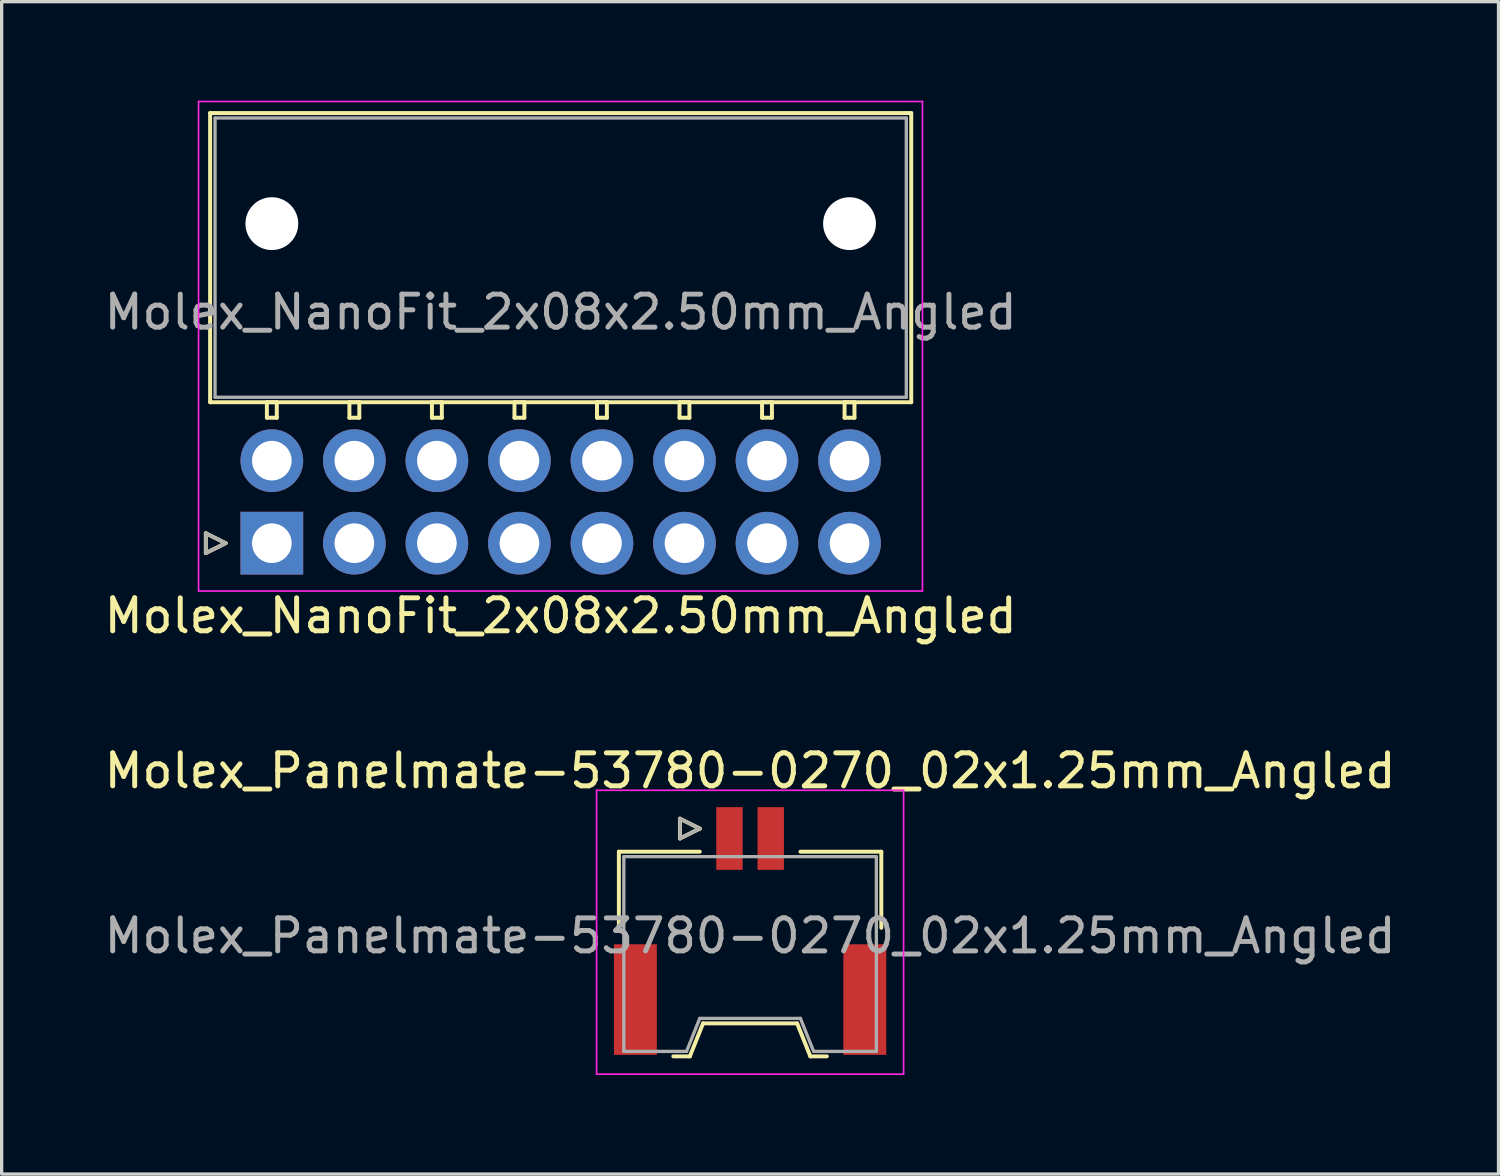
<source format=kicad_pcb>
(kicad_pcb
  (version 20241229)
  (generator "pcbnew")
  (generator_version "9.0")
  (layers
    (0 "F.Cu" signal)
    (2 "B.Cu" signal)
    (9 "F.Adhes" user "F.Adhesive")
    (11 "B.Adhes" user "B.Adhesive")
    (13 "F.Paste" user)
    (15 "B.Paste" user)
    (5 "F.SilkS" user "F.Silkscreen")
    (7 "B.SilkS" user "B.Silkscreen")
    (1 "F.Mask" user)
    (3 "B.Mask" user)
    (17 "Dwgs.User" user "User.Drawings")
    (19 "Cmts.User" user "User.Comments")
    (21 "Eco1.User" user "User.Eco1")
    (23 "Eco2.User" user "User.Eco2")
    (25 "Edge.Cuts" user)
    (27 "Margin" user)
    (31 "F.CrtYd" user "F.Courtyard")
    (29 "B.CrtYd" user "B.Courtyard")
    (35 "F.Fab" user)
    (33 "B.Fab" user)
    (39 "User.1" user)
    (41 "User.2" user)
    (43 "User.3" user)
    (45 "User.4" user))
  (footprint "Molex_Panelmate-53780-0270_02x1.25mm_Angled"
    (layer "F.Cu")
    (at 19.673 24.791)
    (property "Reference" "Molex_Panelmate-53780-0270_02x1.25mm_Angled" (at 0 -4.49 0) (layer "F.SilkS") (effects (font (size 1 1) (thickness 0.15))))
    (attr smd)
    (fp_line (start -3.975 -2.04) (end -3.975 0.265) (stroke (width 0.12) (type solid)) (layer "F.SilkS"))
    (fp_line (start -2.325 4.16) (end -1.825 4.16) (stroke (width 0.12) (type solid)) (layer "F.SilkS"))
    (fp_line (start -2.125 -3.04) (end -2.125 -2.44) (stroke (width 0.12) (type solid)) (layer "F.SilkS"))
    (fp_line (start -2.125 -2.44) (end -1.525 -2.74) (stroke (width 0.12) (type solid)) (layer "F.SilkS"))
    (fp_line (start -1.825 4.16) (end -1.425 3.16) (stroke (width 0.12) (type solid)) (layer "F.SilkS"))
    (fp_line (start -1.525 -2.74) (end -2.125 -3.04) (stroke (width 0.12) (type solid)) (layer "F.SilkS"))
    (fp_line (start -1.525 -2.04) (end -3.975 -2.04) (stroke (width 0.12) (type solid)) (layer "F.SilkS"))
    (fp_line (start -1.425 3.16) (end 1.425 3.16) (stroke (width 0.12) (type solid)) (layer "F.SilkS"))
    (fp_line (start 1.425 3.16) (end 1.825 4.16) (stroke (width 0.12) (type solid)) (layer "F.SilkS"))
    (fp_line (start 1.525 -2.04) (end 3.975 -2.04) (stroke (width 0.12) (type solid)) (layer "F.SilkS"))
    (fp_line (start 1.825 4.16) (end 2.325 4.16) (stroke (width 0.12) (type solid)) (layer "F.SilkS"))
    (fp_line (start 3.975 -2.04) (end 3.975 0.265) (stroke (width 0.12) (type solid)) (layer "F.SilkS"))
    (fp_line (start -4.65 -3.9) (end -4.65 4.7) (stroke (width 0.05) (type solid)) (layer "F.CrtYd"))
    (fp_line (start -4.65 4.7) (end 4.65 4.7) (stroke (width 0.05) (type solid)) (layer "F.CrtYd"))
    (fp_line (start 4.65 -3.9) (end -4.65 -3.9) (stroke (width 0.05) (type solid)) (layer "F.CrtYd"))
    (fp_line (start 4.65 4.7) (end 4.65 -3.9) (stroke (width 0.05) (type solid)) (layer "F.CrtYd"))
    (fp_line (start -3.825 -1.89) (end -3.825 4.01) (stroke (width 0.1) (type solid)) (layer "F.Fab"))
    (fp_line (start -3.825 4.01) (end -1.925 4.01) (stroke (width 0.1) (type solid)) (layer "F.Fab"))
    (fp_line (start -2.125 -3.04) (end -2.125 -2.44) (stroke (width 0.1) (type solid)) (layer "F.Fab"))
    (fp_line (start -2.125 -2.44) (end -1.525 -2.74) (stroke (width 0.1) (type solid)) (layer "F.Fab"))
    (fp_line (start -1.925 4.01) (end -1.525 3.01) (stroke (width 0.1) (type solid)) (layer "F.Fab"))
    (fp_line (start -1.525 -2.74) (end -2.125 -3.04) (stroke (width 0.1) (type solid)) (layer "F.Fab"))
    (fp_line (start -1.525 3.01) (end 1.525 3.01) (stroke (width 0.1) (type solid)) (layer "F.Fab"))
    (fp_line (start 1.525 3.01) (end 1.925 4.01) (stroke (width 0.1) (type solid)) (layer "F.Fab"))
    (fp_line (start 1.925 4.01) (end 3.825 4.01) (stroke (width 0.1) (type solid)) (layer "F.Fab"))
    (fp_line (start 3.825 -1.89) (end -3.825 -1.89) (stroke (width 0.1) (type solid)) (layer "F.Fab"))
    (fp_line (start 3.825 4.01) (end 3.825 -1.89) (stroke (width 0.1) (type solid)) (layer "F.Fab"))
    (fp_text user "${REFERENCE}" (at 0 0.51 0) (layer "F.Fab") (effects (font (size 1 1) (thickness 0.15))))
    (pad "" smd rect (at -3.475 2.44) (size 1.3 3.35) (layers "F.Cu" "F.Mask" "F.Paste"))
    (pad "" smd rect (at 3.475 2.44) (size 1.3 3.35) (layers "F.Cu" "F.Mask" "F.Paste"))
    (pad "1" smd rect (at -0.625 -2.44) (size 0.8 1.9) (layers "F.Cu" "F.Mask" "F.Paste"))
    (pad "2" smd rect (at 0.625 -2.44) (size 0.8 1.9) (layers "F.Cu" "F.Mask" "F.Paste")))
  (footprint "Molex_NanoFit_2x08x2.50mm_Angled"
    (layer "F.Cu")
    (at 5.185 13.405)
    (property "Reference" "Molex_NanoFit_2x08x2.50mm_Angled" (at 8.75 2.2 0) (layer "F.SilkS") (effects (font (size 1 1) (thickness 0.15))))
    (attr through_hole)
    (fp_line (start -2 -0.3) (end -1.4 0) (stroke (width 0.12) (type solid)) (layer "F.SilkS"))
    (fp_line (start -2 0.3) (end -2 -0.3) (stroke (width 0.12) (type solid)) (layer "F.SilkS"))
    (fp_line (start -1.87 -13.03) (end -1.87 -4.27) (stroke (width 0.12) (type solid)) (layer "F.SilkS"))
    (fp_line (start -1.87 -4.27) (end 19.37 -4.27) (stroke (width 0.12) (type solid)) (layer "F.SilkS"))
    (fp_line (start -1.4 0) (end -2 0.3) (stroke (width 0.12) (type solid)) (layer "F.SilkS"))
    (fp_line (start -0.15 -4.27) (end -0.15 -3.8) (stroke (width 0.12) (type solid)) (layer "F.SilkS"))
    (fp_line (start -0.15 -3.8) (end 0.15 -3.8) (stroke (width 0.12) (type solid)) (layer "F.SilkS"))
    (fp_line (start 0.15 -4.27) (end -0.15 -4.27) (stroke (width 0.12) (type solid)) (layer "F.SilkS"))
    (fp_line (start 0.15 -3.8) (end 0.15 -4.27) (stroke (width 0.12) (type solid)) (layer "F.SilkS"))
    (fp_line (start 2.35 -4.27) (end 2.35 -3.8) (stroke (width 0.12) (type solid)) (layer "F.SilkS"))
    (fp_line (start 2.35 -3.8) (end 2.65 -3.8) (stroke (width 0.12) (type solid)) (layer "F.SilkS"))
    (fp_line (start 2.65 -4.27) (end 2.35 -4.27) (stroke (width 0.12) (type solid)) (layer "F.SilkS"))
    (fp_line (start 2.65 -3.8) (end 2.65 -4.27) (stroke (width 0.12) (type solid)) (layer "F.SilkS"))
    (fp_line (start 4.85 -4.27) (end 4.85 -3.8) (stroke (width 0.12) (type solid)) (layer "F.SilkS"))
    (fp_line (start 4.85 -3.8) (end 5.15 -3.8) (stroke (width 0.12) (type solid)) (layer "F.SilkS"))
    (fp_line (start 5.15 -4.27) (end 4.85 -4.27) (stroke (width 0.12) (type solid)) (layer "F.SilkS"))
    (fp_line (start 5.15 -3.8) (end 5.15 -4.27) (stroke (width 0.12) (type solid)) (layer "F.SilkS"))
    (fp_line (start 7.35 -4.27) (end 7.35 -3.8) (stroke (width 0.12) (type solid)) (layer "F.SilkS"))
    (fp_line (start 7.35 -3.8) (end 7.65 -3.8) (stroke (width 0.12) (type solid)) (layer "F.SilkS"))
    (fp_line (start 7.65 -4.27) (end 7.35 -4.27) (stroke (width 0.12) (type solid)) (layer "F.SilkS"))
    (fp_line (start 7.65 -3.8) (end 7.65 -4.27) (stroke (width 0.12) (type solid)) (layer "F.SilkS"))
    (fp_line (start 9.85 -4.27) (end 9.85 -3.8) (stroke (width 0.12) (type solid)) (layer "F.SilkS"))
    (fp_line (start 9.85 -3.8) (end 10.15 -3.8) (stroke (width 0.12) (type solid)) (layer "F.SilkS"))
    (fp_line (start 10.15 -4.27) (end 9.85 -4.27) (stroke (width 0.12) (type solid)) (layer "F.SilkS"))
    (fp_line (start 10.15 -3.8) (end 10.15 -4.27) (stroke (width 0.12) (type solid)) (layer "F.SilkS"))
    (fp_line (start 12.35 -4.27) (end 12.35 -3.8) (stroke (width 0.12) (type solid)) (layer "F.SilkS"))
    (fp_line (start 12.35 -3.8) (end 12.65 -3.8) (stroke (width 0.12) (type solid)) (layer "F.SilkS"))
    (fp_line (start 12.65 -4.27) (end 12.35 -4.27) (stroke (width 0.12) (type solid)) (layer "F.SilkS"))
    (fp_line (start 12.65 -3.8) (end 12.65 -4.27) (stroke (width 0.12) (type solid)) (layer "F.SilkS"))
    (fp_line (start 14.85 -4.27) (end 14.85 -3.8) (stroke (width 0.12) (type solid)) (layer "F.SilkS"))
    (fp_line (start 14.85 -3.8) (end 15.15 -3.8) (stroke (width 0.12) (type solid)) (layer "F.SilkS"))
    (fp_line (start 15.15 -4.27) (end 14.85 -4.27) (stroke (width 0.12) (type solid)) (layer "F.SilkS"))
    (fp_line (start 15.15 -3.8) (end 15.15 -4.27) (stroke (width 0.12) (type solid)) (layer "F.SilkS"))
    (fp_line (start 17.35 -4.27) (end 17.35 -3.8) (stroke (width 0.12) (type solid)) (layer "F.SilkS"))
    (fp_line (start 17.35 -3.8) (end 17.65 -3.8) (stroke (width 0.12) (type solid)) (layer "F.SilkS"))
    (fp_line (start 17.65 -4.27) (end 17.35 -4.27) (stroke (width 0.12) (type solid)) (layer "F.SilkS"))
    (fp_line (start 17.65 -3.8) (end 17.65 -4.27) (stroke (width 0.12) (type solid)) (layer "F.SilkS"))
    (fp_line (start 19.37 -13.03) (end -1.87 -13.03) (stroke (width 0.12) (type solid)) (layer "F.SilkS"))
    (fp_line (start 19.37 -4.27) (end 19.37 -13.03) (stroke (width 0.12) (type solid)) (layer "F.SilkS"))
    (fp_line (start -2.22 -13.38) (end -2.22 1.45) (stroke (width 0.05) (type solid)) (layer "F.CrtYd"))
    (fp_line (start -2.22 1.45) (end 19.71 1.45) (stroke (width 0.05) (type solid)) (layer "F.CrtYd"))
    (fp_line (start 19.71 -13.38) (end -2.22 -13.38) (stroke (width 0.05) (type solid)) (layer "F.CrtYd"))
    (fp_line (start 19.71 1.45) (end 19.71 -13.38) (stroke (width 0.05) (type solid)) (layer "F.CrtYd"))
    (fp_line (start -2 -0.3) (end -1.4 0) (stroke (width 0.1) (type solid)) (layer "F.Fab"))
    (fp_line (start -2 0.3) (end -2 -0.3) (stroke (width 0.1) (type solid)) (layer "F.Fab"))
    (fp_line (start -1.72 -12.88) (end -1.72 -4.42) (stroke (width 0.1) (type solid)) (layer "F.Fab"))
    (fp_line (start -1.72 -4.42) (end 19.22 -4.42) (stroke (width 0.1) (type solid)) (layer "F.Fab"))
    (fp_line (start -1.4 0) (end -2 0.3) (stroke (width 0.1) (type solid)) (layer "F.Fab"))
    (fp_line (start 19.22 -12.88) (end -1.72 -12.88) (stroke (width 0.1) (type solid)) (layer "F.Fab"))
    (fp_line (start 19.22 -4.42) (end 19.22 -12.88) (stroke (width 0.1) (type solid)) (layer "F.Fab"))
    (fp_text user "${REFERENCE}" (at 8.75 -7 0) (layer "F.Fab") (effects (font (size 1 1) (thickness 0.15))))
    (pad "" np_thru_hole circle (at 0 -9.68) (size 1.6 1.6) (drill 1.6) (layers "*.Cu" "*.Mask"))
    (pad "" np_thru_hole circle (at 17.5 -9.68) (size 1.6 1.6) (drill 1.6) (layers "*.Cu" "*.Mask"))
    (pad "1" thru_hole rect (at 0 0) (size 1.9 1.9) (drill 1.2) (layers "*.Cu" "*.Mask"))
    (pad "2" thru_hole circle (at 2.5 0) (size 1.9 1.9) (drill 1.2) (layers "*.Cu" "*.Mask"))
    (pad "3" thru_hole circle (at 5 0) (size 1.9 1.9) (drill 1.2) (layers "*.Cu" "*.Mask"))
    (pad "4" thru_hole circle (at 7.5 0) (size 1.9 1.9) (drill 1.2) (layers "*.Cu" "*.Mask"))
    (pad "5" thru_hole circle (at 10 0) (size 1.9 1.9) (drill 1.2) (layers "*.Cu" "*.Mask"))
    (pad "6" thru_hole circle (at 12.5 0) (size 1.9 1.9) (drill 1.2) (layers "*.Cu" "*.Mask"))
    (pad "7" thru_hole circle (at 15 0) (size 1.9 1.9) (drill 1.2) (layers "*.Cu" "*.Mask"))
    (pad "8" thru_hole circle (at 17.5 0) (size 1.9 1.9) (drill 1.2) (layers "*.Cu" "*.Mask"))
    (pad "9" thru_hole circle (at 0 -2.5) (size 1.9 1.9) (drill 1.2) (layers "*.Cu" "*.Mask"))
    (pad "10" thru_hole circle (at 2.5 -2.5) (size 1.9 1.9) (drill 1.2) (layers "*.Cu" "*.Mask"))
    (pad "11" thru_hole circle (at 5 -2.5) (size 1.9 1.9) (drill 1.2) (layers "*.Cu" "*.Mask"))
    (pad "12" thru_hole circle (at 7.5 -2.5) (size 1.9 1.9) (drill 1.2) (layers "*.Cu" "*.Mask"))
    (pad "13" thru_hole circle (at 10 -2.5) (size 1.9 1.9) (drill 1.2) (layers "*.Cu" "*.Mask"))
    (pad "14" thru_hole circle (at 12.5 -2.5) (size 1.9 1.9) (drill 1.2) (layers "*.Cu" "*.Mask"))
    (pad "15" thru_hole circle (at 15 -2.5) (size 1.9 1.9) (drill 1.2) (layers "*.Cu" "*.Mask"))
    (pad "16" thru_hole circle (at 17.5 -2.5) (size 1.9 1.9) (drill 1.2) (layers "*.Cu" "*.Mask")))
  (gr_rect
    (start -3 -3)
    (end 42.345 32.517)
    (stroke (width 0.1) (type default))
    (fill no)
    (layer "Edge.Cuts")))
</source>
